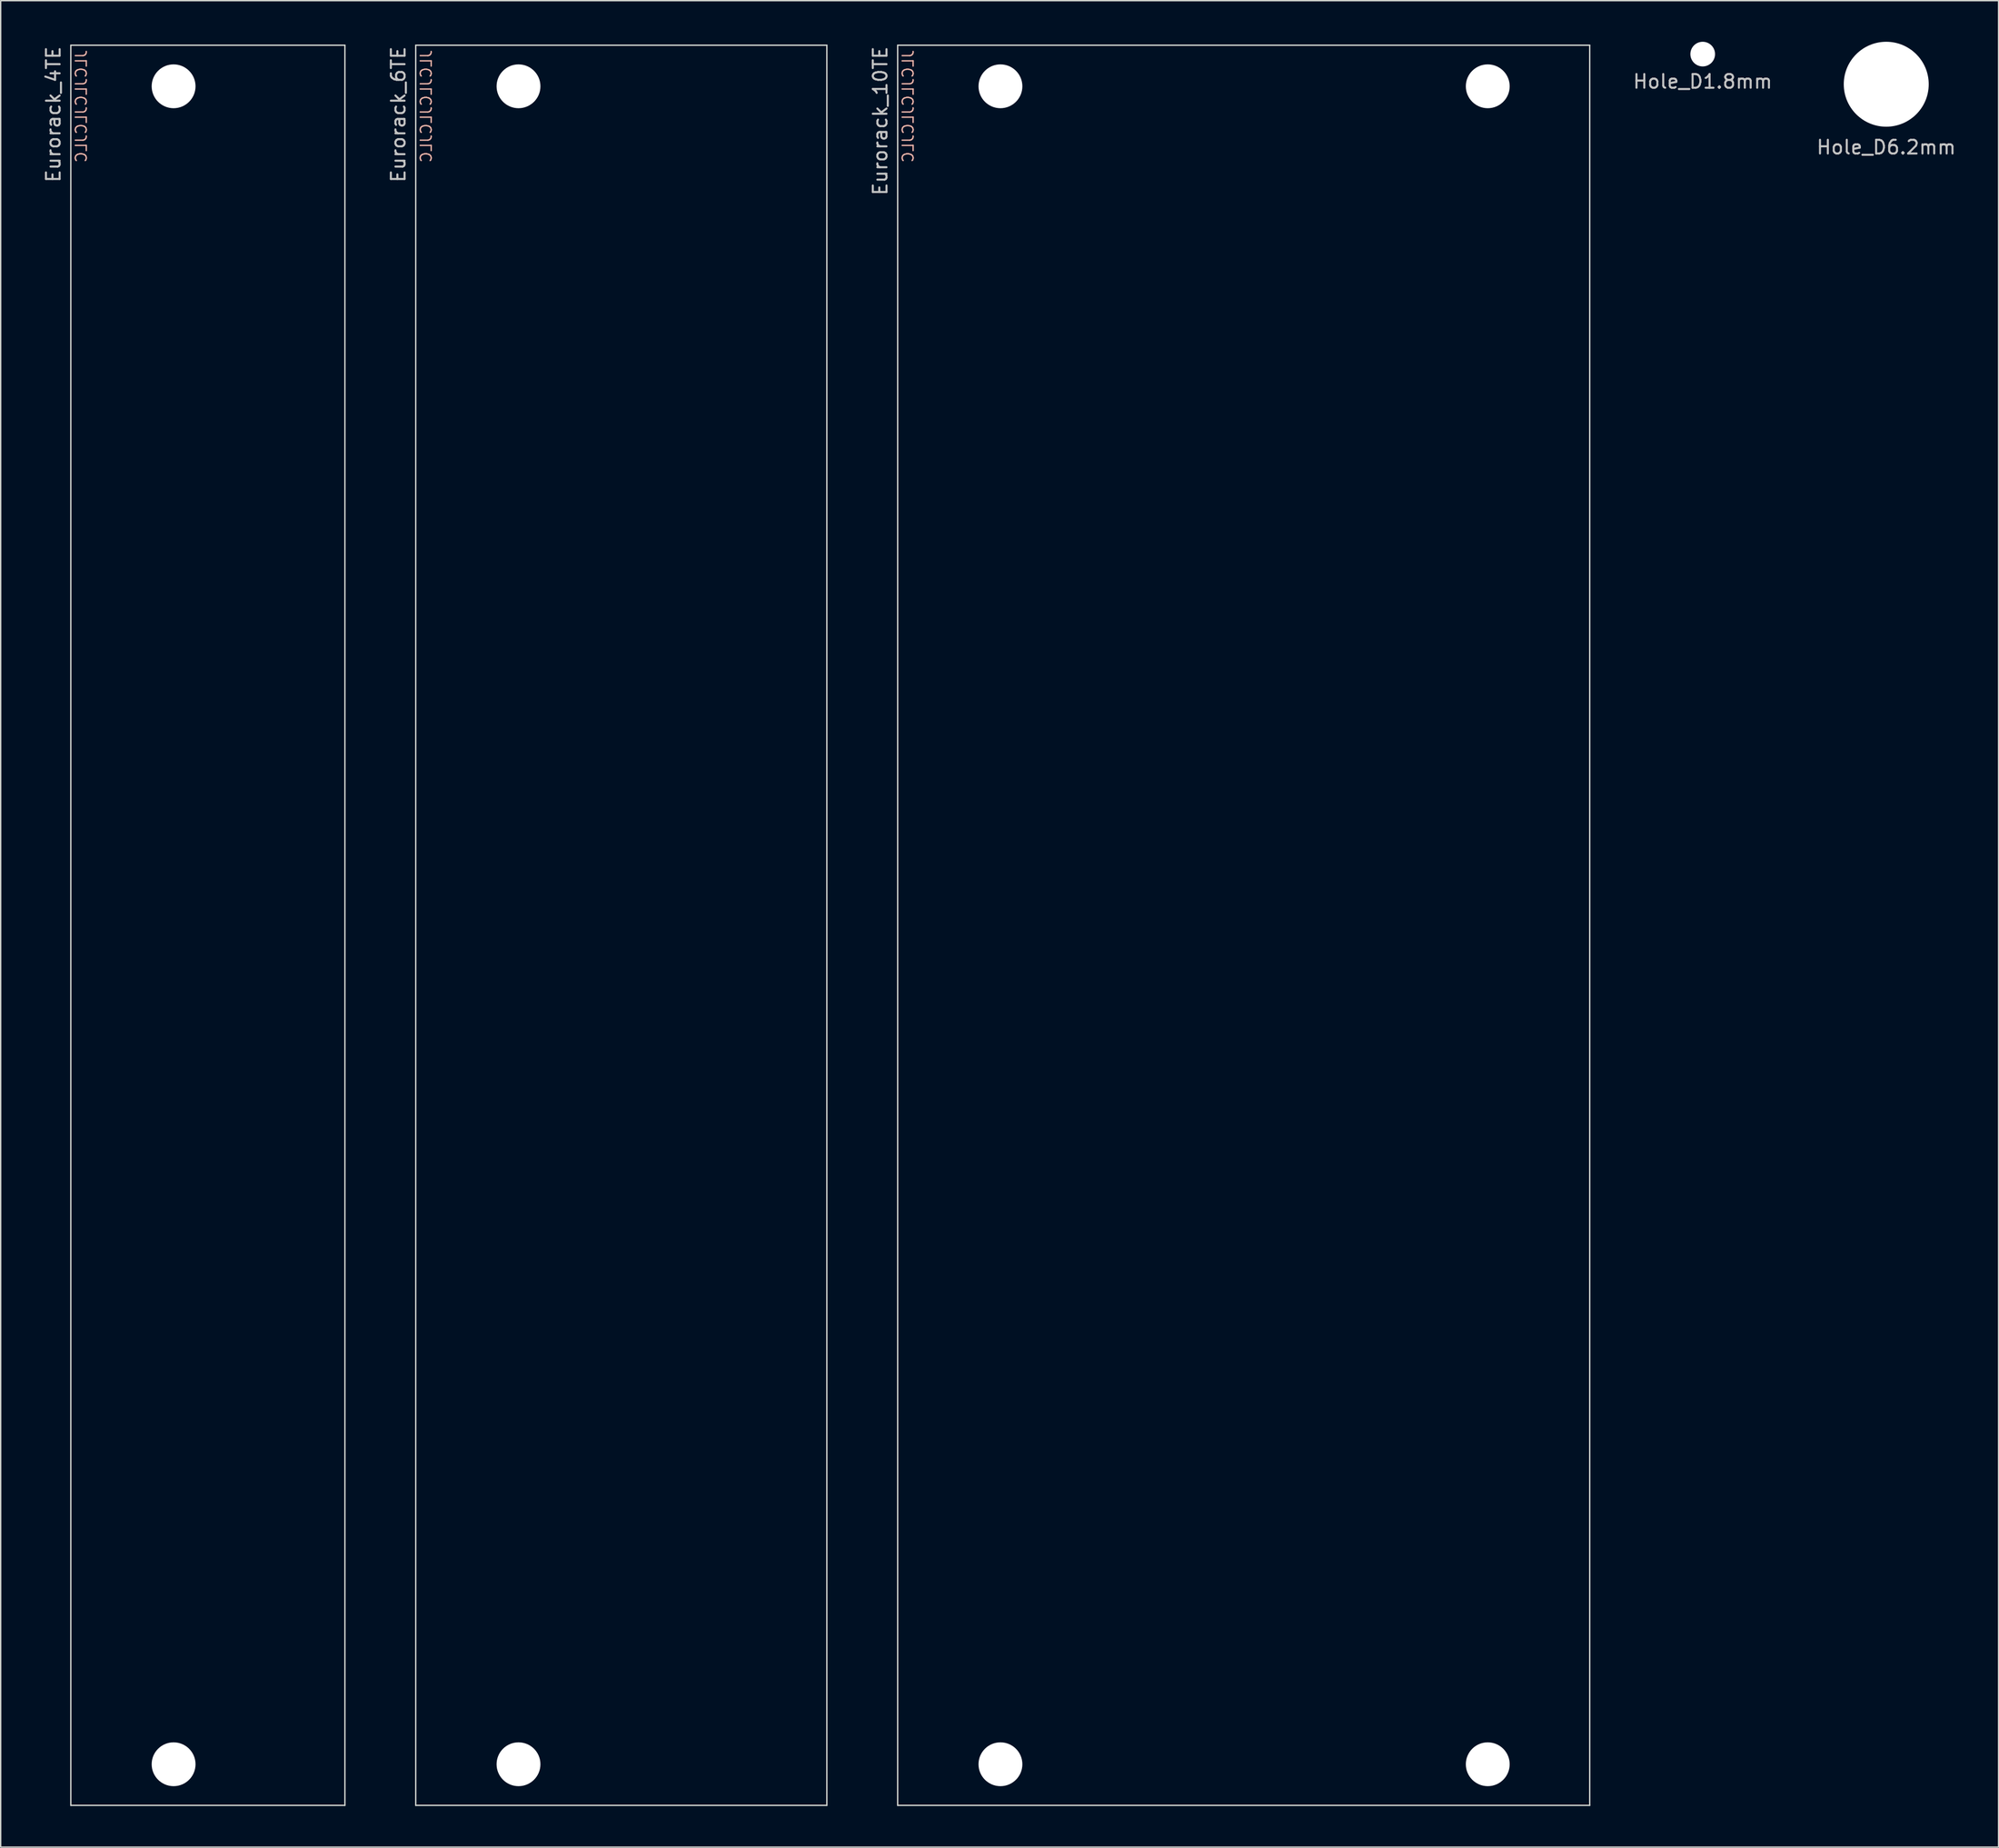
<source format=kicad_pcb>
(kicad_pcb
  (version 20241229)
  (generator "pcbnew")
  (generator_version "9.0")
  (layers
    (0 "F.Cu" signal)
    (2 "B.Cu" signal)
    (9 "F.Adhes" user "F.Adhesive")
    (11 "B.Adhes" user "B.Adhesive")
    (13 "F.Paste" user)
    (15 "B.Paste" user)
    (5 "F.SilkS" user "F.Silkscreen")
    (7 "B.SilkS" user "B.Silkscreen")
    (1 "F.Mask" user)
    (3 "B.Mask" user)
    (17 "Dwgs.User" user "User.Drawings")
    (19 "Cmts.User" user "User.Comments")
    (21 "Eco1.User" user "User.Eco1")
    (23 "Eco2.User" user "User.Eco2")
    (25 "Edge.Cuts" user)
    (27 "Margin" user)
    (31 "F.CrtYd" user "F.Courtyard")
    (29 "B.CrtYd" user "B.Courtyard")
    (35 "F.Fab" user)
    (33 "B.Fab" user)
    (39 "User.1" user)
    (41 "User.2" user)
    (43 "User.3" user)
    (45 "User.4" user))
  (footprint "Eurorack_6TE"
    (layer "F.Cu")
    (at 27.287 0.25)
    (property "Reference" "Eurorack_6TE" (at -1.27 0 90) (layer "Dwgs.User") (effects (font (size 1 1) (thickness 0.15)) (justify right)))
    (attr through_hole)
    (fp_line (start 0 0) (end 30 0) (stroke (width 0.1) (type solid)) (layer "Edge.Cuts"))
    (fp_line (start 0 128.5) (end 0 0) (stroke (width 0.1) (type solid)) (layer "Edge.Cuts"))
    (fp_line (start 0 128.5) (end 30 128.5) (stroke (width 0.1) (type solid)) (layer "Edge.Cuts"))
    (fp_line (start 30 0) (end 30 128.5) (stroke (width 0.1) (type solid)) (layer "Edge.Cuts"))
    (fp_text user "JLCJLCJLCJLC" (at 0.762 8.636 90) (layer "B.SilkS") (effects (font (size 0.8 0.8) (thickness 0.1)) (justify right mirror)))
    (pad "" np_thru_hole circle (at 7.5 3) (size 3.2 3.2) (drill 3.2) (layers "*.Cu" "*.Mask"))
    (pad "" np_thru_hole circle (at 7.5 125.5) (size 3.2 3.2) (drill 3.2) (layers "*.Cu" "*.Mask")))
  (footprint "Eurorack_10TE"
    (layer "F.Cu")
    (at 62.455 0.25)
    (property "Reference" "Eurorack_10TE" (at -1.27 0 90) (layer "Dwgs.User") (effects (font (size 1 1) (thickness 0.15)) (justify right)))
    (attr through_hole)
    (fp_line (start 0 0) (end 50.5 0) (stroke (width 0.1) (type solid)) (layer "Edge.Cuts"))
    (fp_line (start 0 128.5) (end 0 0) (stroke (width 0.1) (type solid)) (layer "Edge.Cuts"))
    (fp_line (start 0 128.5) (end 50.5 128.5) (stroke (width 0.1) (type solid)) (layer "Edge.Cuts"))
    (fp_line (start 50.5 0) (end 50.5 128.5) (stroke (width 0.1) (type solid)) (layer "Edge.Cuts"))
    (fp_text user "JLCJLCJLCJLC" (at 0.762 8.636 90) (layer "B.SilkS") (effects (font (size 0.8 0.8) (thickness 0.1)) (justify right mirror)))
    (pad "" np_thru_hole circle (at 7.5 3) (size 3.2 3.2) (drill 3.2) (layers "*.Cu" "*.Mask"))
    (pad "" np_thru_hole circle (at 7.5 125.5) (size 3.2 3.2) (drill 3.2) (layers "*.Cu" "*.Mask"))
    (pad "" np_thru_hole circle (at 43.06 3) (size 3.2 3.2) (drill 3.2) (layers "*.Cu" "*.Mask"))
    (pad "" np_thru_hole circle (at 43.06 125.5) (size 3.2 3.2) (drill 3.2) (layers "*.Cu" "*.Mask")))
  (footprint "Hole_D6.2mm"
    (layer "F.Cu")
    (at 134.594 3.1)
    (property "Reference" "Hole_D6.2mm" (at 0 4.6 0) (layer "Dwgs.User") (effects (font (size 1 1) (thickness 0.15))))
    (attr through_hole)
    (pad "" np_thru_hole circle (at 0 0) (size 6.2 6.2) (drill 6.2) (layers "*.Cu" "*.Mask")))
  (footprint "Hole_D1.8mm"
    (layer "F.Cu")
    (at 121.201 0.9)
    (property "Reference" "Hole_D1.8mm" (at 0 2 0) (layer "Dwgs.User") (effects (font (size 1 1) (thickness 0.15))))
    (attr through_hole)
    (pad "" np_thru_hole circle (at 0 0) (size 1.8 1.8) (drill 1.8) (layers "*.Cu" "*.Mask")))
  (footprint "Eurorack_4TE"
    (layer "F.Cu")
    (at 2.118 0.25)
    (property "Reference" "Eurorack_4TE" (at -1.27 0 90) (layer "Dwgs.User") (effects (font (size 1 1) (thickness 0.15)) (justify right)))
    (attr through_hole)
    (fp_line (start 0 0) (end 20 0) (stroke (width 0.1) (type solid)) (layer "Edge.Cuts"))
    (fp_line (start 0 128.5) (end 0 0) (stroke (width 0.1) (type solid)) (layer "Edge.Cuts"))
    (fp_line (start 0 128.5) (end 20 128.5) (stroke (width 0.1) (type solid)) (layer "Edge.Cuts"))
    (fp_line (start 20 0) (end 20 128.5) (stroke (width 0.1) (type solid)) (layer "Edge.Cuts"))
    (fp_text user "JLCJLCJLCJLC" (at 0.762 8.636 90) (layer "B.SilkS") (effects (font (size 0.8 0.8) (thickness 0.1)) (justify right mirror)))
    (pad "" np_thru_hole circle (at 7.5 3) (size 3.2 3.2) (drill 3.2) (layers "*.Cu" "*.Mask"))
    (pad "" np_thru_hole circle (at 7.5 125.5) (size 3.2 3.2) (drill 3.2) (layers "*.Cu" "*.Mask")))
  (gr_rect
    (start -3 -3)
    (end 142.79 131.8)
    (stroke (width 0.1) (type default))
    (fill no)
    (layer "Edge.Cuts")))
</source>
